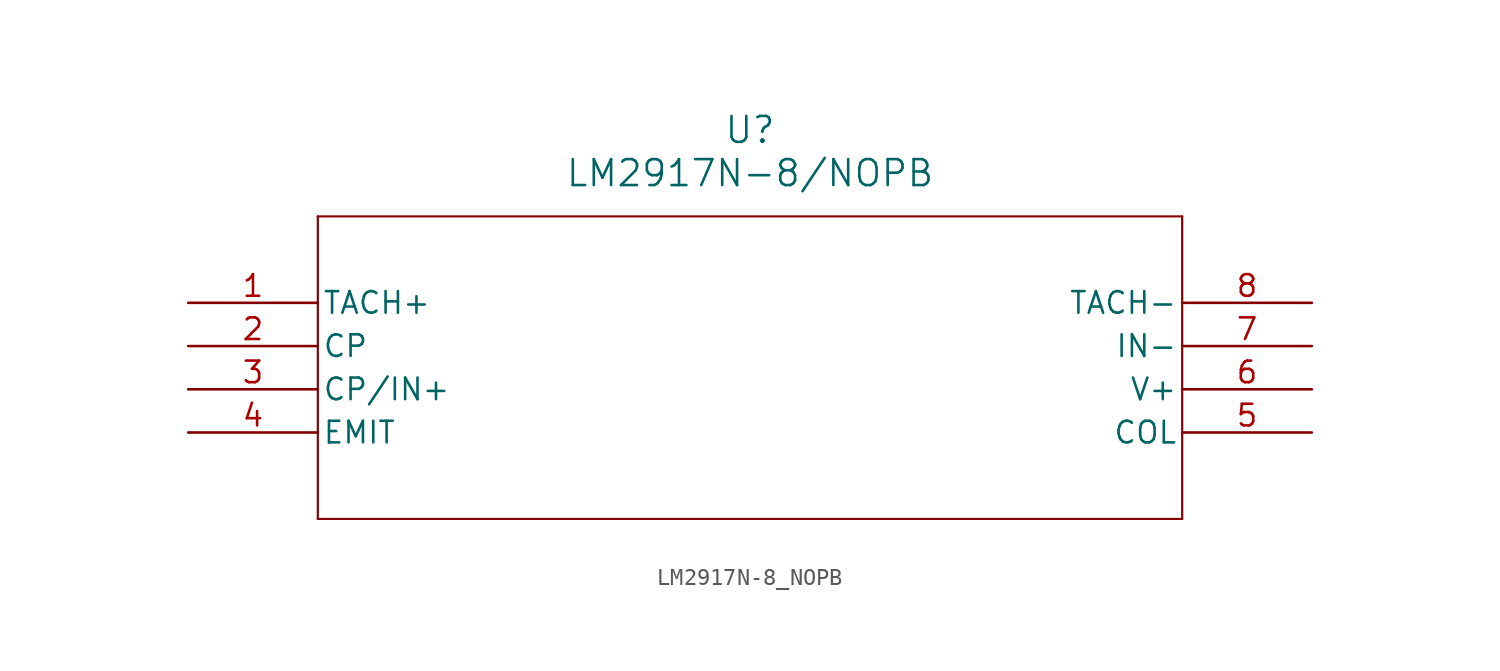
<source format=kicad_sym>
(kicad_symbol_lib
  (version 20211014)
  (generator kicad_symbol_editor)
  (symbol "LM2917N-8_NOPB"
    (pin_names
      (offset 0.254))
    (property "Reference" "U"
      (at 33.02 10.16 0)
      (effects (font (size 1.524 1.524))))
    (property "Value" "LM2917N-8/NOPB"
      (at 33.02 7.62 0)
      (effects (font (size 1.524 1.524))))
    (polyline
      (pts (xy 7.62 5.08) (xy 7.62 -12.7))
      (stroke (width 0.127) (type default) (color 0 0 0 0))
      (fill (type none)))
    (polyline
      (pts (xy 7.62 -12.7) (xy 58.42 -12.7))
      (stroke (width 0.127) (type default) (color 0 0 0 0))
      (fill (type none)))
    (polyline
      (pts (xy 58.42 -12.7) (xy 58.42 5.08))
      (stroke (width 0.127) (type default) (color 0 0 0 0))
      (fill (type none)))
    (polyline
      (pts (xy 58.42 5.08) (xy 7.62 5.08))
      (stroke (width 0.127) (type default) (color 0 0 0 0))
      (fill (type none)))
    (pin input line
      (at 0 0 0)
      (length 7.62)
      (name "TACH+" (effects (font (size 1.27 1.27))))
      (number "1" (effects (font (size 1.27 1.27)))))
    (pin passive line
      (at 0 -2.54 0)
      (length 7.62)
      (name "CP" (effects (font (size 1.27 1.27))))
      (number "2" (effects (font (size 1.27 1.27)))))
    (pin passive line
      (at 0 -5.08 0)
      (length 7.62)
      (name "CP/IN+" (effects (font (size 1.27 1.27))))
      (number "3" (effects (font (size 1.27 1.27)))))
    (pin passive line
      (at 0 -7.62 0)
      (length 7.62)
      (name "EMIT" (effects (font (size 1.27 1.27))))
      (number "4" (effects (font (size 1.27 1.27)))))
    (pin passive line
      (at 66.04 -7.62 180)
      (length 7.62)
      (name "COL" (effects (font (size 1.27 1.27))))
      (number "5" (effects (font (size 1.27 1.27)))))
    (pin power_in line
      (at 66.04 -5.08 180)
      (length 7.62)
      (name "V+" (effects (font (size 1.27 1.27))))
      (number "6" (effects (font (size 1.27 1.27)))))
    (pin input line
      (at 66.04 -2.54 180)
      (length 7.62)
      (name "IN-" (effects (font (size 1.27 1.27))))
      (number "7" (effects (font (size 1.27 1.27)))))
    (pin input line
      (at 66.04 0 180)
      (length 7.62)
      (name "TACH-" (effects (font (size 1.27 1.27))))
      (number "8" (effects (font (size 1.27 1.27)))))))
</source>
